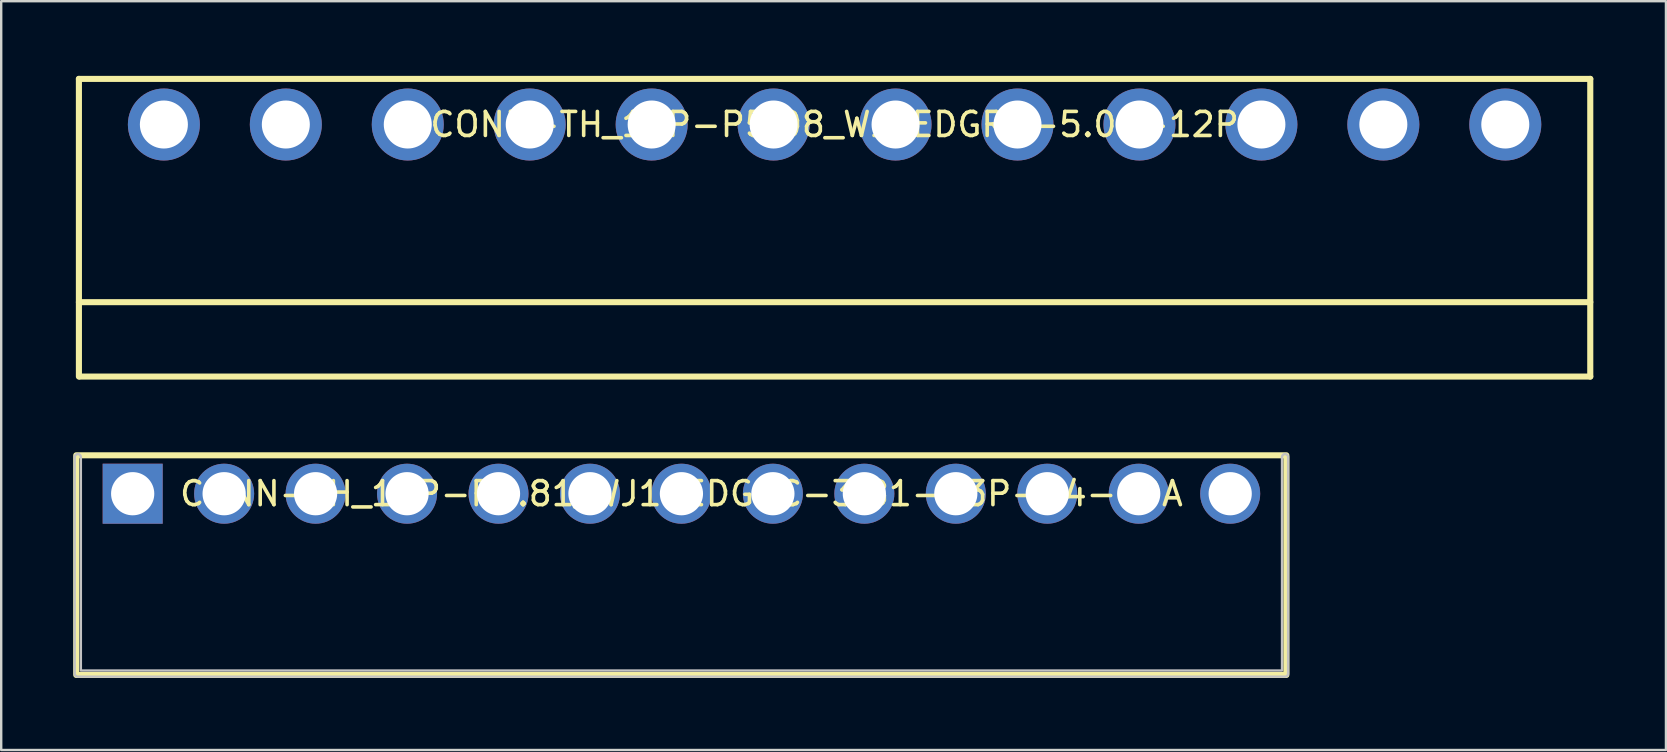
<source format=kicad_pcb>
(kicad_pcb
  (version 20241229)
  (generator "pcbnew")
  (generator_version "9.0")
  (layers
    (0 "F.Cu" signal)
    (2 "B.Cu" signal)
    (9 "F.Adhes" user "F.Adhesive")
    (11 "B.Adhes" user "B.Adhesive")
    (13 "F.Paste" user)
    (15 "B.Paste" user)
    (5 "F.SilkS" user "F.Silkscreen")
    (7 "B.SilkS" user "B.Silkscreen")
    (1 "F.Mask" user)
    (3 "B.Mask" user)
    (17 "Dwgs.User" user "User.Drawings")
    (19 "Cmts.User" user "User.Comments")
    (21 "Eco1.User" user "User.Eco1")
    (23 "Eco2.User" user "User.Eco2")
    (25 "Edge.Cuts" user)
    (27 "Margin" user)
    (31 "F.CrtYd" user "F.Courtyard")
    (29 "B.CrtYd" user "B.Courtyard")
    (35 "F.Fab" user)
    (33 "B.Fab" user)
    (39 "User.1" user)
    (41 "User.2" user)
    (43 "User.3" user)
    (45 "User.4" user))
  (footprint "CONN-TH_13P-P3.81_WJ15EDGRC-3.81-13P-14-00A"
    (layer "F.Cu")
    (at 25.337 17.517)
    (property "Reference" "CONN-TH_13P-P3.81_WJ15EDGRC-3.81-13P-14-00A" (at 0 0 0) (unlocked yes) (layer "F.SilkS") (effects (font (size 1 1) (thickness 0.15))))
    (fp_rect (start -25.21 -1.6) (end 25.2 7.55) (stroke (width 0.254) (type default)) (fill no) (layer "F.SilkS"))
    (fp_poly (pts (arc (start -25.273 -1.524) (mid -25.146 -1.651) (end -25.019 -1.524)) (xy -25.019 7.366) (xy 25.019 7.366) (arc (start 25.019 -1.524) (mid 25.146 -1.651) (end 25.273 -1.524)) (arc (start 25.273 7.493) (mid 25.235803 7.582803) (end 25.146 7.62)) (arc (start -25.146 7.62) (mid -25.235803 7.582803) (end -25.273 7.493))) (stroke (width 0.1) (type default)) (fill no) (layer "Dwgs.User"))
    (fp_poly (pts (xy -23.26 -0.4) (xy -22.46 -0.4) (xy -22.46 0.4) (xy -23.26 0.4)) (stroke (width 0.1) (type default)) (fill no) (layer "User.1"))
    (fp_poly (pts (xy -19.45 -0.4) (xy -18.65 -0.4) (xy -18.65 0.4) (xy -19.45 0.4)) (stroke (width 0.1) (type default)) (fill no) (layer "User.1"))
    (fp_poly (pts (xy -15.64 -0.4) (xy -14.84 -0.4) (xy -14.84 0.4) (xy -15.64 0.4)) (stroke (width 0.1) (type default)) (fill no) (layer "User.1"))
    (fp_poly (pts (xy -11.83 -0.4) (xy -11.03 -0.4) (xy -11.03 0.4) (xy -11.83 0.4)) (stroke (width 0.1) (type default)) (fill no) (layer "User.1"))
    (fp_poly (pts (xy -8.02 -0.4) (xy -7.22 -0.4) (xy -7.22 0.4) (xy -8.02 0.4)) (stroke (width 0.1) (type default)) (fill no) (layer "User.1"))
    (fp_poly (pts (xy -4.21 -0.4) (xy -3.41 -0.4) (xy -3.41 0.4) (xy -4.21 0.4)) (stroke (width 0.1) (type default)) (fill no) (layer "User.1"))
    (fp_poly (pts (xy -0.4 -0.4) (xy 0.4 -0.4) (xy 0.4 0.4) (xy -0.4 0.4)) (stroke (width 0.1) (type default)) (fill no) (layer "User.1"))
    (fp_poly (pts (xy 3.41 -0.4) (xy 4.21 -0.4) (xy 4.21 0.4) (xy 3.41 0.4)) (stroke (width 0.1) (type default)) (fill no) (layer "User.1"))
    (fp_poly (pts (xy 7.22 -0.4) (xy 8.02 -0.4) (xy 8.02 0.4) (xy 7.22 0.4)) (stroke (width 0.1) (type default)) (fill no) (layer "User.1"))
    (fp_poly (pts (xy 11.03 -0.4) (xy 11.83 -0.4) (xy 11.83 0.4) (xy 11.03 0.4)) (stroke (width 0.1) (type default)) (fill no) (layer "User.1"))
    (fp_poly (pts (xy 14.84 -0.4) (xy 15.64 -0.4) (xy 15.64 0.4) (xy 14.84 0.4)) (stroke (width 0.1) (type default)) (fill no) (layer "User.1"))
    (fp_poly (pts (xy 18.65 -0.4) (xy 19.45 -0.4) (xy 19.45 0.4) (xy 18.65 0.4)) (stroke (width 0.1) (type default)) (fill no) (layer "User.1"))
    (fp_poly (pts (xy 22.46 -0.4) (xy 23.26 -0.4) (xy 23.26 0.4) (xy 22.46 0.4)) (stroke (width 0.1) (type default)) (fill no) (layer "User.1"))
    (fp_line (start -25.205 -1.6) (end 25.205 -1.6) (stroke (width 0.051) (type default)) (layer "User.2"))
    (fp_line (start -25.205 7.55) (end -25.205 -1.6) (stroke (width 0.051) (type default)) (layer "User.2"))
    (fp_line (start 25.205 -1.6) (end 25.205 7.55) (stroke (width 0.051) (type default)) (layer "User.2"))
    (fp_line (start 25.205 7.55) (end -25.205 7.55) (stroke (width 0.051) (type default)) (layer "User.2"))
    (fp_poly (pts (xy -25.145 7.55) (xy -25.163 7.508) (xy -25.205 7.49) (xy -25.247 7.508) (xy -25.265 7.55) (xy -25.247 7.592) (xy -25.205 7.61) (xy -25.163 7.592)) (stroke (width 0.1) (type default)) (fill no) (layer "User.3"))
    (pad "1" thru_hole rect (at -22.86 0) (size 2.5 2.5) (drill 1.8) (layers "*.Cu" "*.Mask"))
    (pad "2" thru_hole circle (at -19.05 0) (size 2.5 2.5) (drill 1.8) (layers "*.Cu" "*.Mask"))
    (pad "3" thru_hole circle (at -15.24 0) (size 2.5 2.5) (drill 1.8) (layers "*.Cu" "*.Mask"))
    (pad "4" thru_hole circle (at -11.43 0) (size 2.5 2.5) (drill 1.8) (layers "*.Cu" "*.Mask"))
    (pad "5" thru_hole circle (at -7.62 0) (size 2.5 2.5) (drill 1.8) (layers "*.Cu" "*.Mask"))
    (pad "6" thru_hole circle (at -3.81 0) (size 2.5 2.5) (drill 1.8) (layers "*.Cu" "*.Mask"))
    (pad "7" thru_hole circle (at 0 0) (size 2.5 2.5) (drill 1.8) (layers "*.Cu" "*.Mask"))
    (pad "8" thru_hole circle (at 3.81 0) (size 2.5 2.5) (drill 1.8) (layers "*.Cu" "*.Mask"))
    (pad "9" thru_hole circle (at 7.62 0) (size 2.5 2.5) (drill 1.8) (layers "*.Cu" "*.Mask"))
    (pad "10" thru_hole circle (at 11.43 0) (size 2.5 2.5) (drill 1.8) (layers "*.Cu" "*.Mask"))
    (pad "11" thru_hole circle (at 15.24 0) (size 2.5 2.5) (drill 1.8) (layers "*.Cu" "*.Mask"))
    (pad "12" thru_hole circle (at 19.05 0) (size 2.5 2.5) (drill 1.8) (layers "*.Cu" "*.Mask"))
    (pad "13" thru_hole circle (at 22.86 0) (size 2.5 2.5) (drill 1.8) (layers "*.Cu" "*.Mask")))
  (footprint "CONN-TH_12P-P5.08_WJ2EDGRC-5.08-12P"
    (layer "F.Cu")
    (at 31.717 2.137)
    (property "Reference" "CONN-TH_12P-P5.08_WJ2EDGRC-5.08-12P" (at 0 0 0) (unlocked yes) (layer "F.SilkS") (effects (font (size 1 1) (thickness 0.15))))
    (fp_line (start -31.48 -1.9) (end -31.48 10.5) (stroke (width 0.254) (type default)) (layer "F.SilkS"))
    (fp_line (start -31.48 -1.9) (end 31.48 -1.9) (stroke (width 0.254) (type default)) (layer "F.SilkS"))
    (fp_line (start -31.48 7.4) (end 31.48 7.4) (stroke (width 0.254) (type default)) (layer "F.SilkS"))
    (fp_line (start -31.44 10.5) (end 31.48 10.5) (stroke (width 0.254) (type default)) (layer "F.SilkS"))
    (fp_line (start 31.48 -1.9) (end 31.48 10.5) (stroke (width 0.254) (type default)) (layer "F.SilkS"))
    (fp_poly (pts (xy -27.04 0) (xy -27.06 -0.187) (xy -27.118 -0.366) (xy -27.212 -0.529) (xy -27.338 -0.669) (xy -27.49 -0.779) (xy -27.662 -0.856) (xy -27.846 -0.895) (xy -28.034 -0.895) (xy -28.218 -0.856) (xy -28.39 -0.779) (xy -28.542 -0.669) (xy -28.668 -0.529) (xy -28.762 -0.366) (xy -28.82 -0.187) (xy -28.84 0) (xy -28.82 0.187) (xy -28.762 0.366) (xy -28.668 0.529) (xy -28.542 0.669) (xy -28.39 0.779) (xy -28.218 0.856) (xy -28.034 0.895) (xy -27.846 0.895) (xy -27.662 0.856) (xy -27.49 0.779) (xy -27.338 0.669) (xy -27.212 0.529) (xy -27.118 0.366) (xy -27.06 0.187)) (stroke (width 0.1) (type default)) (fill no) (layer "User.1"))
    (fp_poly (pts (xy -21.96 0) (xy -21.98 -0.187) (xy -22.038 -0.366) (xy -22.132 -0.529) (xy -22.258 -0.669) (xy -22.41 -0.779) (xy -22.582 -0.856) (xy -22.766 -0.895) (xy -22.954 -0.895) (xy -23.138 -0.856) (xy -23.31 -0.779) (xy -23.462 -0.669) (xy -23.588 -0.529) (xy -23.682 -0.366) (xy -23.74 -0.187) (xy -23.76 0) (xy -23.74 0.187) (xy -23.682 0.366) (xy -23.588 0.529) (xy -23.462 0.669) (xy -23.31 0.779) (xy -23.138 0.856) (xy -22.954 0.895) (xy -22.766 0.895) (xy -22.582 0.856) (xy -22.41 0.779) (xy -22.258 0.669) (xy -22.132 0.529) (xy -22.038 0.366) (xy -21.98 0.187)) (stroke (width 0.1) (type default)) (fill no) (layer "User.1"))
    (fp_poly (pts (xy -16.88 0) (xy -16.9 -0.187) (xy -16.958 -0.366) (xy -17.052 -0.529) (xy -17.178 -0.669) (xy -17.33 -0.779) (xy -17.502 -0.856) (xy -17.686 -0.895) (xy -17.874 -0.895) (xy -18.058 -0.856) (xy -18.23 -0.779) (xy -18.382 -0.669) (xy -18.508 -0.529) (xy -18.602 -0.366) (xy -18.66 -0.187) (xy -18.68 0) (xy -18.66 0.187) (xy -18.602 0.366) (xy -18.508 0.529) (xy -18.382 0.669) (xy -18.23 0.779) (xy -18.058 0.856) (xy -17.874 0.895) (xy -17.686 0.895) (xy -17.502 0.856) (xy -17.33 0.779) (xy -17.178 0.669) (xy -17.052 0.529) (xy -16.958 0.366) (xy -16.9 0.187)) (stroke (width 0.1) (type default)) (fill no) (layer "User.1"))
    (fp_poly (pts (xy -11.8 0) (xy -11.82 -0.187) (xy -11.878 -0.366) (xy -11.972 -0.529) (xy -12.098 -0.669) (xy -12.25 -0.779) (xy -12.422 -0.856) (xy -12.606 -0.895) (xy -12.794 -0.895) (xy -12.978 -0.856) (xy -13.15 -0.779) (xy -13.302 -0.669) (xy -13.428 -0.529) (xy -13.522 -0.366) (xy -13.58 -0.187) (xy -13.6 0) (xy -13.58 0.187) (xy -13.522 0.366) (xy -13.428 0.529) (xy -13.302 0.669) (xy -13.15 0.779) (xy -12.978 0.856) (xy -12.794 0.895) (xy -12.606 0.895) (xy -12.422 0.856) (xy -12.25 0.779) (xy -12.098 0.669) (xy -11.972 0.529) (xy -11.878 0.366) (xy -11.82 0.187)) (stroke (width 0.1) (type default)) (fill no) (layer "User.1"))
    (fp_poly (pts (xy -6.72 0) (xy -6.74 -0.187) (xy -6.798 -0.366) (xy -6.892 -0.529) (xy -7.018 -0.669) (xy -7.17 -0.779) (xy -7.342 -0.856) (xy -7.526 -0.895) (xy -7.714 -0.895) (xy -7.898 -0.856) (xy -8.07 -0.779) (xy -8.222 -0.669) (xy -8.348 -0.529) (xy -8.442 -0.366) (xy -8.5 -0.187) (xy -8.52 0) (xy -8.5 0.187) (xy -8.442 0.366) (xy -8.348 0.529) (xy -8.222 0.669) (xy -8.07 0.779) (xy -7.898 0.856) (xy -7.714 0.895) (xy -7.526 0.895) (xy -7.342 0.856) (xy -7.17 0.779) (xy -7.018 0.669) (xy -6.892 0.529) (xy -6.798 0.366) (xy -6.74 0.187)) (stroke (width 0.1) (type default)) (fill no) (layer "User.1"))
    (fp_poly (pts (xy -1.64 0) (xy -1.66 -0.187) (xy -1.718 -0.366) (xy -1.812 -0.529) (xy -1.938 -0.669) (xy -2.09 -0.779) (xy -2.262 -0.856) (xy -2.446 -0.895) (xy -2.634 -0.895) (xy -2.818 -0.856) (xy -2.99 -0.779) (xy -3.142 -0.669) (xy -3.268 -0.529) (xy -3.362 -0.366) (xy -3.42 -0.187) (xy -3.44 0) (xy -3.42 0.187) (xy -3.362 0.366) (xy -3.268 0.529) (xy -3.142 0.669) (xy -2.99 0.779) (xy -2.818 0.856) (xy -2.634 0.895) (xy -2.446 0.895) (xy -2.262 0.856) (xy -2.09 0.779) (xy -1.938 0.669) (xy -1.812 0.529) (xy -1.718 0.366) (xy -1.66 0.187)) (stroke (width 0.1) (type default)) (fill no) (layer "User.1"))
    (fp_poly (pts (xy 3.44 0) (xy 3.42 -0.187) (xy 3.362 -0.366) (xy 3.268 -0.529) (xy 3.142 -0.669) (xy 2.99 -0.779) (xy 2.818 -0.856) (xy 2.634 -0.895) (xy 2.446 -0.895) (xy 2.262 -0.856) (xy 2.09 -0.779) (xy 1.938 -0.669) (xy 1.812 -0.529) (xy 1.718 -0.366) (xy 1.66 -0.187) (xy 1.64 0) (xy 1.66 0.187) (xy 1.718 0.366) (xy 1.812 0.529) (xy 1.938 0.669) (xy 2.09 0.779) (xy 2.262 0.856) (xy 2.446 0.895) (xy 2.634 0.895) (xy 2.818 0.856) (xy 2.99 0.779) (xy 3.142 0.669) (xy 3.268 0.529) (xy 3.362 0.366) (xy 3.42 0.187)) (stroke (width 0.1) (type default)) (fill no) (layer "User.1"))
    (fp_poly (pts (xy 8.52 0) (xy 8.5 -0.187) (xy 8.442 -0.366) (xy 8.348 -0.529) (xy 8.222 -0.669) (xy 8.07 -0.779) (xy 7.898 -0.856) (xy 7.714 -0.895) (xy 7.526 -0.895) (xy 7.342 -0.856) (xy 7.17 -0.779) (xy 7.018 -0.669) (xy 6.892 -0.529) (xy 6.798 -0.366) (xy 6.74 -0.187) (xy 6.72 0) (xy 6.74 0.187) (xy 6.798 0.366) (xy 6.892 0.529) (xy 7.018 0.669) (xy 7.17 0.779) (xy 7.342 0.856) (xy 7.526 0.895) (xy 7.714 0.895) (xy 7.898 0.856) (xy 8.07 0.779) (xy 8.222 0.669) (xy 8.348 0.529) (xy 8.442 0.366) (xy 8.5 0.187)) (stroke (width 0.1) (type default)) (fill no) (layer "User.1"))
    (fp_poly (pts (xy 13.6 0) (xy 13.58 -0.187) (xy 13.522 -0.366) (xy 13.428 -0.529) (xy 13.302 -0.669) (xy 13.15 -0.779) (xy 12.978 -0.856) (xy 12.794 -0.895) (xy 12.606 -0.895) (xy 12.422 -0.856) (xy 12.25 -0.779) (xy 12.098 -0.669) (xy 11.972 -0.529) (xy 11.878 -0.366) (xy 11.82 -0.187) (xy 11.8 0) (xy 11.82 0.187) (xy 11.878 0.366) (xy 11.972 0.529) (xy 12.098 0.669) (xy 12.25 0.779) (xy 12.422 0.856) (xy 12.606 0.895) (xy 12.794 0.895) (xy 12.978 0.856) (xy 13.15 0.779) (xy 13.302 0.669) (xy 13.428 0.529) (xy 13.522 0.366) (xy 13.58 0.187)) (stroke (width 0.1) (type default)) (fill no) (layer "User.1"))
    (fp_poly (pts (xy 18.68 0) (xy 18.66 -0.187) (xy 18.602 -0.366) (xy 18.508 -0.529) (xy 18.382 -0.669) (xy 18.23 -0.779) (xy 18.058 -0.856) (xy 17.874 -0.895) (xy 17.686 -0.895) (xy 17.502 -0.856) (xy 17.33 -0.779) (xy 17.178 -0.669) (xy 17.052 -0.529) (xy 16.958 -0.366) (xy 16.9 -0.187) (xy 16.88 0) (xy 16.9 0.187) (xy 16.958 0.366) (xy 17.052 0.529) (xy 17.178 0.669) (xy 17.33 0.779) (xy 17.502 0.856) (xy 17.686 0.895) (xy 17.874 0.895) (xy 18.058 0.856) (xy 18.23 0.779) (xy 18.382 0.669) (xy 18.508 0.529) (xy 18.602 0.366) (xy 18.66 0.187)) (stroke (width 0.1) (type default)) (fill no) (layer "User.1"))
    (fp_poly (pts (xy 23.76 0) (xy 23.74 -0.187) (xy 23.682 -0.366) (xy 23.588 -0.529) (xy 23.462 -0.669) (xy 23.31 -0.779) (xy 23.138 -0.856) (xy 22.954 -0.895) (xy 22.766 -0.895) (xy 22.582 -0.856) (xy 22.41 -0.779) (xy 22.258 -0.669) (xy 22.132 -0.529) (xy 22.038 -0.366) (xy 21.98 -0.187) (xy 21.96 0) (xy 21.98 0.187) (xy 22.038 0.366) (xy 22.132 0.529) (xy 22.258 0.669) (xy 22.41 0.779) (xy 22.582 0.856) (xy 22.766 0.895) (xy 22.954 0.895) (xy 23.138 0.856) (xy 23.31 0.779) (xy 23.462 0.669) (xy 23.588 0.529) (xy 23.682 0.366) (xy 23.74 0.187)) (stroke (width 0.1) (type default)) (fill no) (layer "User.1"))
    (fp_poly (pts (xy 28.84 0) (xy 28.82 -0.187) (xy 28.762 -0.366) (xy 28.668 -0.529) (xy 28.542 -0.669) (xy 28.39 -0.779) (xy 28.218 -0.856) (xy 28.034 -0.895) (xy 27.846 -0.895) (xy 27.662 -0.856) (xy 27.49 -0.779) (xy 27.338 -0.669) (xy 27.212 -0.529) (xy 27.118 -0.366) (xy 27.06 -0.187) (xy 27.04 0) (xy 27.06 0.187) (xy 27.118 0.366) (xy 27.212 0.529) (xy 27.338 0.669) (xy 27.49 0.779) (xy 27.662 0.856) (xy 27.846 0.895) (xy 28.034 0.895) (xy 28.218 0.856) (xy 28.39 0.779) (xy 28.542 0.669) (xy 28.668 0.529) (xy 28.762 0.366) (xy 28.82 0.187)) (stroke (width 0.1) (type default)) (fill no) (layer "User.1"))
    (fp_line (start -31.607 -2.027) (end 31.607 -2.027) (stroke (width 0.051) (type default)) (layer "User.2"))
    (fp_line (start -31.607 10.627) (end -31.607 -2.027) (stroke (width 0.051) (type default)) (layer "User.2"))
    (fp_line (start 31.607 -2.027) (end 31.607 10.627) (stroke (width 0.051) (type default)) (layer "User.2"))
    (fp_line (start 31.607 10.627) (end -31.607 10.627) (stroke (width 0.051) (type default)) (layer "User.2"))
    (fp_poly (pts (xy -31.547 -2.027) (xy -31.565 -2.069) (xy -31.607 -2.087) (xy -31.649 -2.069) (xy -31.667 -2.027) (xy -31.649 -1.985) (xy -31.607 -1.967) (xy -31.565 -1.985)) (stroke (width 0.1) (type default)) (fill no) (layer "User.3"))
    (pad "1" thru_hole circle (at -27.94 0) (size 3 3) (drill 2) (layers "*.Cu" "*.Mask"))
    (pad "2" thru_hole circle (at -22.86 0) (size 3 3) (drill 2) (layers "*.Cu" "*.Mask"))
    (pad "3" thru_hole circle (at -17.78 0) (size 3 3) (drill 2) (layers "*.Cu" "*.Mask"))
    (pad "4" thru_hole circle (at -12.7 0) (size 3 3) (drill 2) (layers "*.Cu" "*.Mask"))
    (pad "5" thru_hole circle (at -7.62 0) (size 3 3) (drill 2) (layers "*.Cu" "*.Mask"))
    (pad "6" thru_hole circle (at -2.54 0) (size 3 3) (drill 2) (layers "*.Cu" "*.Mask"))
    (pad "7" thru_hole circle (at 2.54 0) (size 3 3) (drill 2) (layers "*.Cu" "*.Mask"))
    (pad "8" thru_hole circle (at 7.62 0) (size 3 3) (drill 2) (layers "*.Cu" "*.Mask"))
    (pad "9" thru_hole circle (at 12.7 0) (size 3 3) (drill 2) (layers "*.Cu" "*.Mask"))
    (pad "10" thru_hole circle (at 17.78 0) (size 3 3) (drill 2) (layers "*.Cu" "*.Mask"))
    (pad "11" thru_hole circle (at 22.86 0) (size 3 3) (drill 2) (layers "*.Cu" "*.Mask"))
    (pad "12" thru_hole circle (at 27.94 0) (size 3 3) (drill 2) (layers "*.Cu" "*.Mask")))
  (gr_rect
    (start -3 -3)
    (end 66.35 28.194)
    (stroke (width 0.1) (type default))
    (fill no)
    (layer "Edge.Cuts")))
</source>
